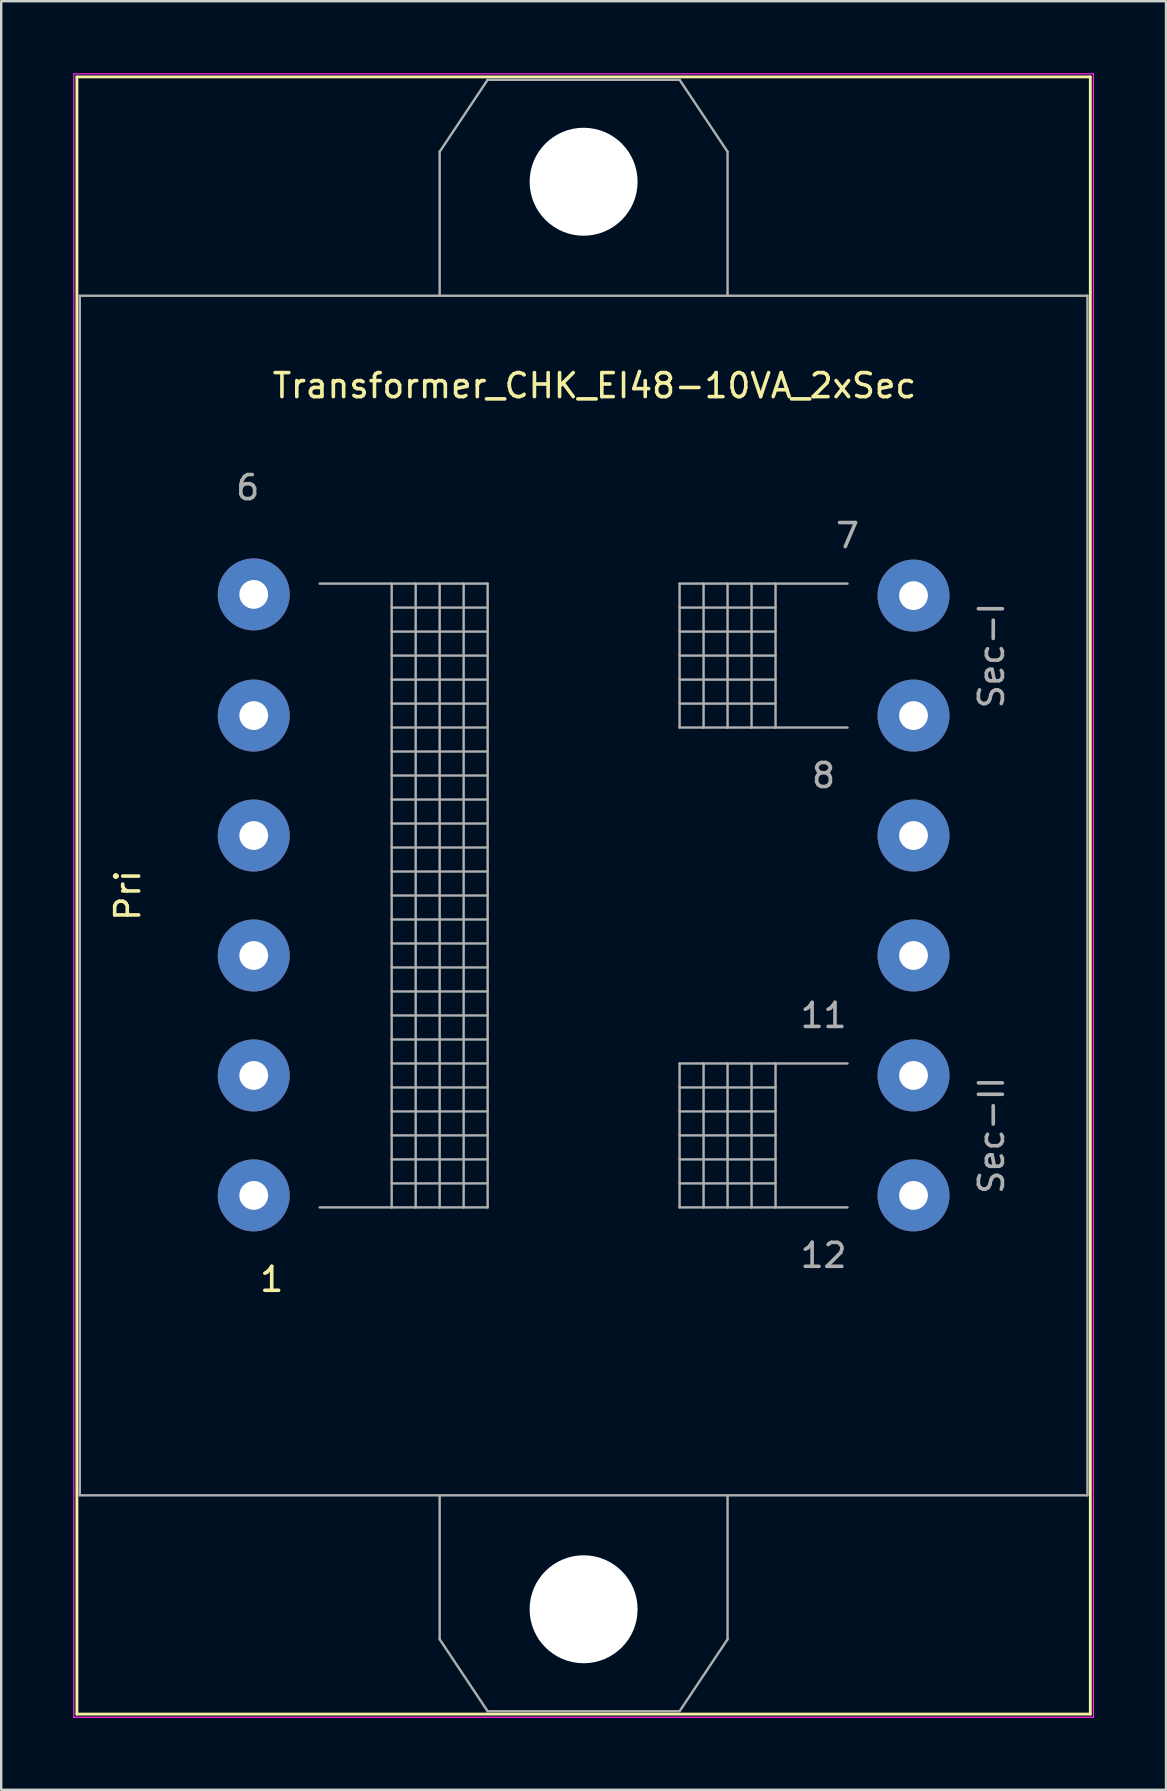
<source format=kicad_pcb>
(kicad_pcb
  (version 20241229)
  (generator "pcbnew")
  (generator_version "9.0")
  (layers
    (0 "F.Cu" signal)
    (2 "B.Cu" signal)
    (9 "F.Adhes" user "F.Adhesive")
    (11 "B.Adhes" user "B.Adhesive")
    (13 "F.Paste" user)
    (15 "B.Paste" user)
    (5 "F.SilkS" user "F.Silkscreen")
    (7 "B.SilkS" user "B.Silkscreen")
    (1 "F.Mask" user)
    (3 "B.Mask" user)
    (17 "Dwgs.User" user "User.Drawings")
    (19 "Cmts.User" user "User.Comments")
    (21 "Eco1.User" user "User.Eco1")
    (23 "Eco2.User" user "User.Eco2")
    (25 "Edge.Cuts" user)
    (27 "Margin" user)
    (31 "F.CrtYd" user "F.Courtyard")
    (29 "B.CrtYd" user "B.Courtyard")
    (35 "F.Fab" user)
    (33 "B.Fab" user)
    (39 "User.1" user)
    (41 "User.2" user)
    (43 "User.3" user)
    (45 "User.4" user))
  (footprint "Transformer_CHK_EI48-10VA_2xSec"
    (layer "F.Cu")
    (at 7.525 46.775)
    (property "Reference" "Transformer_CHK_EI48-10VA_2xSec" (at 14.2 -33.75 0) (layer "F.SilkS") (effects (font (size 1 1) (thickness 0.15))))
    (attr through_hole)
    (fp_line (start -7.37 -46.62) (end -7.37 21.62) (stroke (width 0.12) (type solid)) (layer "F.SilkS"))
    (fp_line (start -7.37 -46.62) (end 34.87 -46.62) (stroke (width 0.12) (type solid)) (layer "F.SilkS"))
    (fp_line (start 34.87 21.62) (end -7.37 21.62) (stroke (width 0.12) (type solid)) (layer "F.SilkS"))
    (fp_line (start 34.87 21.62) (end 34.87 -46.62) (stroke (width 0.12) (type solid)) (layer "F.SilkS"))
    (fp_line (start -7.5 -46.75) (end -7.5 21.75) (stroke (width 0.05) (type solid)) (layer "F.CrtYd"))
    (fp_line (start -7.5 -46.75) (end 35 -46.75) (stroke (width 0.05) (type solid)) (layer "F.CrtYd"))
    (fp_line (start 35 21.75) (end -7.5 21.75) (stroke (width 0.05) (type solid)) (layer "F.CrtYd"))
    (fp_line (start 35 21.75) (end 35 -46.75) (stroke (width 0.05) (type solid)) (layer "F.CrtYd"))
    (fp_line (start -7.25 -37.5) (end -7.25 12.5) (stroke (width 0.1) (type solid)) (layer "F.Fab"))
    (fp_line (start -7.25 12.5) (end 34.75 12.5) (stroke (width 0.1) (type solid)) (layer "F.Fab"))
    (fp_line (start 2.75 -25.5) (end 5.75 -25.5) (stroke (width 0.1) (type solid)) (layer "F.Fab"))
    (fp_line (start 5.75 -25.5) (end 5.75 0.5) (stroke (width 0.1) (type solid)) (layer "F.Fab"))
    (fp_line (start 5.75 -25.5) (end 6.75 -25.5) (stroke (width 0.1) (type solid)) (layer "F.Fab"))
    (fp_line (start 5.75 -24.5) (end 9.75 -24.5) (stroke (width 0.1) (type solid)) (layer "F.Fab"))
    (fp_line (start 5.75 -23.5) (end 9.75 -23.5) (stroke (width 0.1) (type solid)) (layer "F.Fab"))
    (fp_line (start 5.75 -22.5) (end 9.75 -22.5) (stroke (width 0.1) (type solid)) (layer "F.Fab"))
    (fp_line (start 5.75 -21.5) (end 9.75 -21.5) (stroke (width 0.1) (type solid)) (layer "F.Fab"))
    (fp_line (start 5.75 -20.5) (end 9.75 -20.5) (stroke (width 0.1) (type solid)) (layer "F.Fab"))
    (fp_line (start 5.75 -19.5) (end 9.75 -19.5) (stroke (width 0.1) (type solid)) (layer "F.Fab"))
    (fp_line (start 5.75 -18.5) (end 9.75 -18.5) (stroke (width 0.1) (type solid)) (layer "F.Fab"))
    (fp_line (start 5.75 -17.5) (end 9.75 -17.5) (stroke (width 0.1) (type solid)) (layer "F.Fab"))
    (fp_line (start 5.75 -16.5) (end 9.75 -16.5) (stroke (width 0.1) (type solid)) (layer "F.Fab"))
    (fp_line (start 5.75 -15.5) (end 9.75 -15.5) (stroke (width 0.1) (type solid)) (layer "F.Fab"))
    (fp_line (start 5.75 -14.5) (end 9.75 -14.5) (stroke (width 0.1) (type solid)) (layer "F.Fab"))
    (fp_line (start 5.75 -13.5) (end 9.75 -13.5) (stroke (width 0.1) (type solid)) (layer "F.Fab"))
    (fp_line (start 5.75 -12.5) (end 9.75 -12.5) (stroke (width 0.1) (type solid)) (layer "F.Fab"))
    (fp_line (start 5.75 -11.5) (end 9.75 -11.5) (stroke (width 0.1) (type solid)) (layer "F.Fab"))
    (fp_line (start 5.75 -10.5) (end 9.75 -10.5) (stroke (width 0.1) (type solid)) (layer "F.Fab"))
    (fp_line (start 5.75 -9.5) (end 9.75 -9.5) (stroke (width 0.1) (type solid)) (layer "F.Fab"))
    (fp_line (start 5.75 -8.5) (end 9.75 -8.5) (stroke (width 0.1) (type solid)) (layer "F.Fab"))
    (fp_line (start 5.75 -7.5) (end 9.75 -7.5) (stroke (width 0.1) (type solid)) (layer "F.Fab"))
    (fp_line (start 5.75 -6.5) (end 9.75 -6.5) (stroke (width 0.1) (type solid)) (layer "F.Fab"))
    (fp_line (start 5.75 -5.5) (end 9.75 -5.5) (stroke (width 0.1) (type solid)) (layer "F.Fab"))
    (fp_line (start 5.75 -4.5) (end 9.75 -4.5) (stroke (width 0.1) (type solid)) (layer "F.Fab"))
    (fp_line (start 5.75 -3.5) (end 9.75 -3.5) (stroke (width 0.1) (type solid)) (layer "F.Fab"))
    (fp_line (start 5.75 -2.5) (end 9.75 -2.5) (stroke (width 0.1) (type solid)) (layer "F.Fab"))
    (fp_line (start 5.75 -0.5) (end 9.75 -0.5) (stroke (width 0.1) (type solid)) (layer "F.Fab"))
    (fp_line (start 5.75 0.5) (end 2.75 0.5) (stroke (width 0.1) (type solid)) (layer "F.Fab"))
    (fp_line (start 6.75 -25.5) (end 6.75 0.5) (stroke (width 0.1) (type solid)) (layer "F.Fab"))
    (fp_line (start 6.75 -25.5) (end 7.75 -25.5) (stroke (width 0.1) (type solid)) (layer "F.Fab"))
    (fp_line (start 6.75 -1.5) (end 5.75 -1.5) (stroke (width 0.1) (type solid)) (layer "F.Fab"))
    (fp_line (start 6.75 -1.5) (end 9.75 -1.5) (stroke (width 0.1) (type solid)) (layer "F.Fab"))
    (fp_line (start 6.75 0.5) (end 5.75 0.5) (stroke (width 0.1) (type solid)) (layer "F.Fab"))
    (fp_line (start 7.75 -43.5) (end 7.75 -37.5) (stroke (width 0.1) (type solid)) (layer "F.Fab"))
    (fp_line (start 7.75 -25.5) (end 7.75 0.5) (stroke (width 0.1) (type solid)) (layer "F.Fab"))
    (fp_line (start 7.75 -25.5) (end 8.75 -25.5) (stroke (width 0.1) (type solid)) (layer "F.Fab"))
    (fp_line (start 7.75 0.5) (end 6.75 0.5) (stroke (width 0.1) (type solid)) (layer "F.Fab"))
    (fp_line (start 7.75 18.5) (end 7.75 12.5) (stroke (width 0.1) (type solid)) (layer "F.Fab"))
    (fp_line (start 8.75 -25.5) (end 8.75 0.5) (stroke (width 0.1) (type solid)) (layer "F.Fab"))
    (fp_line (start 8.75 -25.5) (end 9.75 -25.5) (stroke (width 0.1) (type solid)) (layer "F.Fab"))
    (fp_line (start 8.75 0.5) (end 7.75 0.5) (stroke (width 0.1) (type solid)) (layer "F.Fab"))
    (fp_line (start 9.75 -46.5) (end 7.75 -43.5) (stroke (width 0.1) (type solid)) (layer "F.Fab"))
    (fp_line (start 9.75 -25.5) (end 9.75 0.5) (stroke (width 0.1) (type solid)) (layer "F.Fab"))
    (fp_line (start 9.75 0.5) (end 8.75 0.5) (stroke (width 0.1) (type solid)) (layer "F.Fab"))
    (fp_line (start 9.75 21.5) (end 7.75 18.5) (stroke (width 0.1) (type solid)) (layer "F.Fab"))
    (fp_line (start 17.75 -46.5) (end 9.75 -46.5) (stroke (width 0.1) (type solid)) (layer "F.Fab"))
    (fp_line (start 17.75 -25.5) (end 17.75 -19.5) (stroke (width 0.1) (type solid)) (layer "F.Fab"))
    (fp_line (start 17.75 -24.5) (end 21.75 -24.5) (stroke (width 0.1) (type solid)) (layer "F.Fab"))
    (fp_line (start 17.75 -23.5) (end 21.75 -23.5) (stroke (width 0.1) (type solid)) (layer "F.Fab"))
    (fp_line (start 17.75 -22.5) (end 21.75 -22.5) (stroke (width 0.1) (type solid)) (layer "F.Fab"))
    (fp_line (start 17.75 -21.5) (end 21.75 -21.5) (stroke (width 0.1) (type solid)) (layer "F.Fab"))
    (fp_line (start 17.75 -20.5) (end 21.75 -20.5) (stroke (width 0.1) (type solid)) (layer "F.Fab"))
    (fp_line (start 17.75 -19.5) (end 18.75 -19.5) (stroke (width 0.1) (type solid)) (layer "F.Fab"))
    (fp_line (start 17.75 -5.5) (end 17.75 0.5) (stroke (width 0.1) (type solid)) (layer "F.Fab"))
    (fp_line (start 17.75 -4.5) (end 21.75 -4.5) (stroke (width 0.1) (type solid)) (layer "F.Fab"))
    (fp_line (start 17.75 -3.5) (end 21.75 -3.5) (stroke (width 0.1) (type solid)) (layer "F.Fab"))
    (fp_line (start 17.75 -2.5) (end 21.75 -2.5) (stroke (width 0.1) (type solid)) (layer "F.Fab"))
    (fp_line (start 17.75 -1.5) (end 21.75 -1.5) (stroke (width 0.1) (type solid)) (layer "F.Fab"))
    (fp_line (start 17.75 -0.5) (end 21.75 -0.5) (stroke (width 0.1) (type solid)) (layer "F.Fab"))
    (fp_line (start 17.75 0.5) (end 18.75 0.5) (stroke (width 0.1) (type solid)) (layer "F.Fab"))
    (fp_line (start 17.75 21.5) (end 9.75 21.5) (stroke (width 0.1) (type solid)) (layer "F.Fab"))
    (fp_line (start 18.75 -25.5) (end 17.75 -25.5) (stroke (width 0.1) (type solid)) (layer "F.Fab"))
    (fp_line (start 18.75 -25.5) (end 18.75 -19.5) (stroke (width 0.1) (type solid)) (layer "F.Fab"))
    (fp_line (start 18.75 -19.5) (end 19.75 -19.5) (stroke (width 0.1) (type solid)) (layer "F.Fab"))
    (fp_line (start 18.75 -5.5) (end 17.75 -5.5) (stroke (width 0.1) (type solid)) (layer "F.Fab"))
    (fp_line (start 18.75 -5.5) (end 18.75 0.5) (stroke (width 0.1) (type solid)) (layer "F.Fab"))
    (fp_line (start 18.75 0.5) (end 19.75 0.5) (stroke (width 0.1) (type solid)) (layer "F.Fab"))
    (fp_line (start 19.75 -43.5) (end 17.75 -46.5) (stroke (width 0.1) (type solid)) (layer "F.Fab"))
    (fp_line (start 19.75 -37.5) (end 19.75 -43.5) (stroke (width 0.1) (type solid)) (layer "F.Fab"))
    (fp_line (start 19.75 -25.5) (end 18.75 -25.5) (stroke (width 0.1) (type solid)) (layer "F.Fab"))
    (fp_line (start 19.75 -25.5) (end 19.75 -19.5) (stroke (width 0.1) (type solid)) (layer "F.Fab"))
    (fp_line (start 19.75 -19.5) (end 20.75 -19.5) (stroke (width 0.1) (type solid)) (layer "F.Fab"))
    (fp_line (start 19.75 -5.5) (end 18.75 -5.5) (stroke (width 0.1) (type solid)) (layer "F.Fab"))
    (fp_line (start 19.75 -5.5) (end 19.75 0.5) (stroke (width 0.1) (type solid)) (layer "F.Fab"))
    (fp_line (start 19.75 0.5) (end 20.75 0.5) (stroke (width 0.1) (type solid)) (layer "F.Fab"))
    (fp_line (start 19.75 12.5) (end 19.75 18.5) (stroke (width 0.1) (type solid)) (layer "F.Fab"))
    (fp_line (start 19.75 18.5) (end 17.75 21.5) (stroke (width 0.1) (type solid)) (layer "F.Fab"))
    (fp_line (start 20.75 -25.5) (end 19.75 -25.5) (stroke (width 0.1) (type solid)) (layer "F.Fab"))
    (fp_line (start 20.75 -25.5) (end 20.75 -19.5) (stroke (width 0.1) (type solid)) (layer "F.Fab"))
    (fp_line (start 20.75 -19.5) (end 21.75 -19.5) (stroke (width 0.1) (type solid)) (layer "F.Fab"))
    (fp_line (start 20.75 -5.5) (end 19.75 -5.5) (stroke (width 0.1) (type solid)) (layer "F.Fab"))
    (fp_line (start 20.75 -5.5) (end 20.75 0.5) (stroke (width 0.1) (type solid)) (layer "F.Fab"))
    (fp_line (start 20.75 0.5) (end 21.75 0.5) (stroke (width 0.1) (type solid)) (layer "F.Fab"))
    (fp_line (start 21.75 -25.5) (end 20.75 -25.5) (stroke (width 0.1) (type solid)) (layer "F.Fab"))
    (fp_line (start 21.75 -25.5) (end 21.75 -19.5) (stroke (width 0.1) (type solid)) (layer "F.Fab"))
    (fp_line (start 21.75 -19.5) (end 24.75 -19.5) (stroke (width 0.1) (type solid)) (layer "F.Fab"))
    (fp_line (start 21.75 -5.5) (end 20.75 -5.5) (stroke (width 0.1) (type solid)) (layer "F.Fab"))
    (fp_line (start 21.75 -5.5) (end 21.75 0.5) (stroke (width 0.1) (type solid)) (layer "F.Fab"))
    (fp_line (start 21.75 0.5) (end 24.75 0.5) (stroke (width 0.1) (type solid)) (layer "F.Fab"))
    (fp_line (start 24.75 -25.5) (end 21.75 -25.5) (stroke (width 0.1) (type solid)) (layer "F.Fab"))
    (fp_line (start 24.75 -5.5) (end 21.75 -5.5) (stroke (width 0.1) (type solid)) (layer "F.Fab"))
    (fp_line (start 34.75 -37.5) (end -7.25 -37.5) (stroke (width 0.1) (type solid)) (layer "F.Fab"))
    (fp_line (start 34.75 12.5) (end 34.75 -37.5) (stroke (width 0.1) (type solid)) (layer "F.Fab"))
    (fp_text user "1" (at 0.75 3.5 0) (layer "F.SilkS") (effects (font (size 1 1) (thickness 0.15))))
    (fp_text user "Pri" (at -5.25 -12.5 90) (layer "F.SilkS") (effects (font (size 1 1) (thickness 0.15))))
    (fp_text user "12" (at 23.75 2.5 0) (layer "F.Fab") (effects (font (size 1 1) (thickness 0.15))))
    (fp_text user "Sec-II" (at 30.75 -2.5 90) (layer "F.Fab") (effects (font (size 1 1) (thickness 0.15))))
    (fp_text user "Sec-I" (at 30.75 -22.5 90) (layer "F.Fab") (effects (font (size 1 1) (thickness 0.15))))
    (fp_text user "7" (at 24.75 -27.5 0) (layer "F.Fab") (effects (font (size 1 1) (thickness 0.15))))
    (fp_text user "6" (at -0.25 -29.5 0) (layer "F.Fab") (effects (font (size 1 1) (thickness 0.15))))
    (fp_text user "8" (at 23.75 -17.5 0) (layer "F.Fab") (effects (font (size 1 1) (thickness 0.15))))
    (fp_text user "11" (at 23.75 -7.5 0) (layer "F.Fab") (effects (font (size 1 1) (thickness 0.15))))
    (pad "" np_thru_hole circle (at 13.75 -42.25) (size 4.5 4.5) (drill 4.5) (layers "*.Cu" "*.Mask"))
    (pad "" np_thru_hole circle (at 13.75 17.25) (size 4.5 4.5) (drill 4.5) (layers "*.Cu" "*.Mask"))
    (pad "1" thru_hole circle (at 0 0) (size 3 3) (drill 1.2) (layers "*.Cu" "*.Mask"))
    (pad "2" thru_hole circle (at 0 -5) (size 3 3) (drill 1.2) (layers "*.Cu" "*.Mask"))
    (pad "3" thru_hole circle (at 0 -10) (size 3 3) (drill 1.2) (layers "*.Cu" "*.Mask"))
    (pad "4" thru_hole circle (at 0 -15) (size 3 3) (drill 1.2) (layers "*.Cu" "*.Mask"))
    (pad "5" thru_hole circle (at 0 -20) (size 3 3) (drill 1.2) (layers "*.Cu" "*.Mask"))
    (pad "6" thru_hole circle (at 0 -25.05) (size 3 3) (drill 1.2) (layers "*.Cu" "*.Mask"))
    (pad "7" thru_hole circle (at 27.5 -25) (size 3 3) (drill 1.2) (layers "*.Cu" "*.Mask"))
    (pad "8" thru_hole circle (at 27.5 -20) (size 3 3) (drill 1.2) (layers "*.Cu" "*.Mask"))
    (pad "9" thru_hole circle (at 27.5 -15) (size 3 3) (drill 1.2) (layers "*.Cu" "*.Mask"))
    (pad "10" thru_hole circle (at 27.5 -10) (size 3 3) (drill 1.2) (layers "*.Cu" "*.Mask"))
    (pad "11" thru_hole circle (at 27.5 -5) (size 3 3) (drill 1.2) (layers "*.Cu" "*.Mask"))
    (pad "12" thru_hole circle (at 27.5 0) (size 3 3) (drill 1.2) (layers "*.Cu" "*.Mask")))
  (gr_rect
    (start -3 -3)
    (end 45.55 71.55)
    (stroke (width 0.1) (type default))
    (fill no)
    (layer "Edge.Cuts")))
</source>
